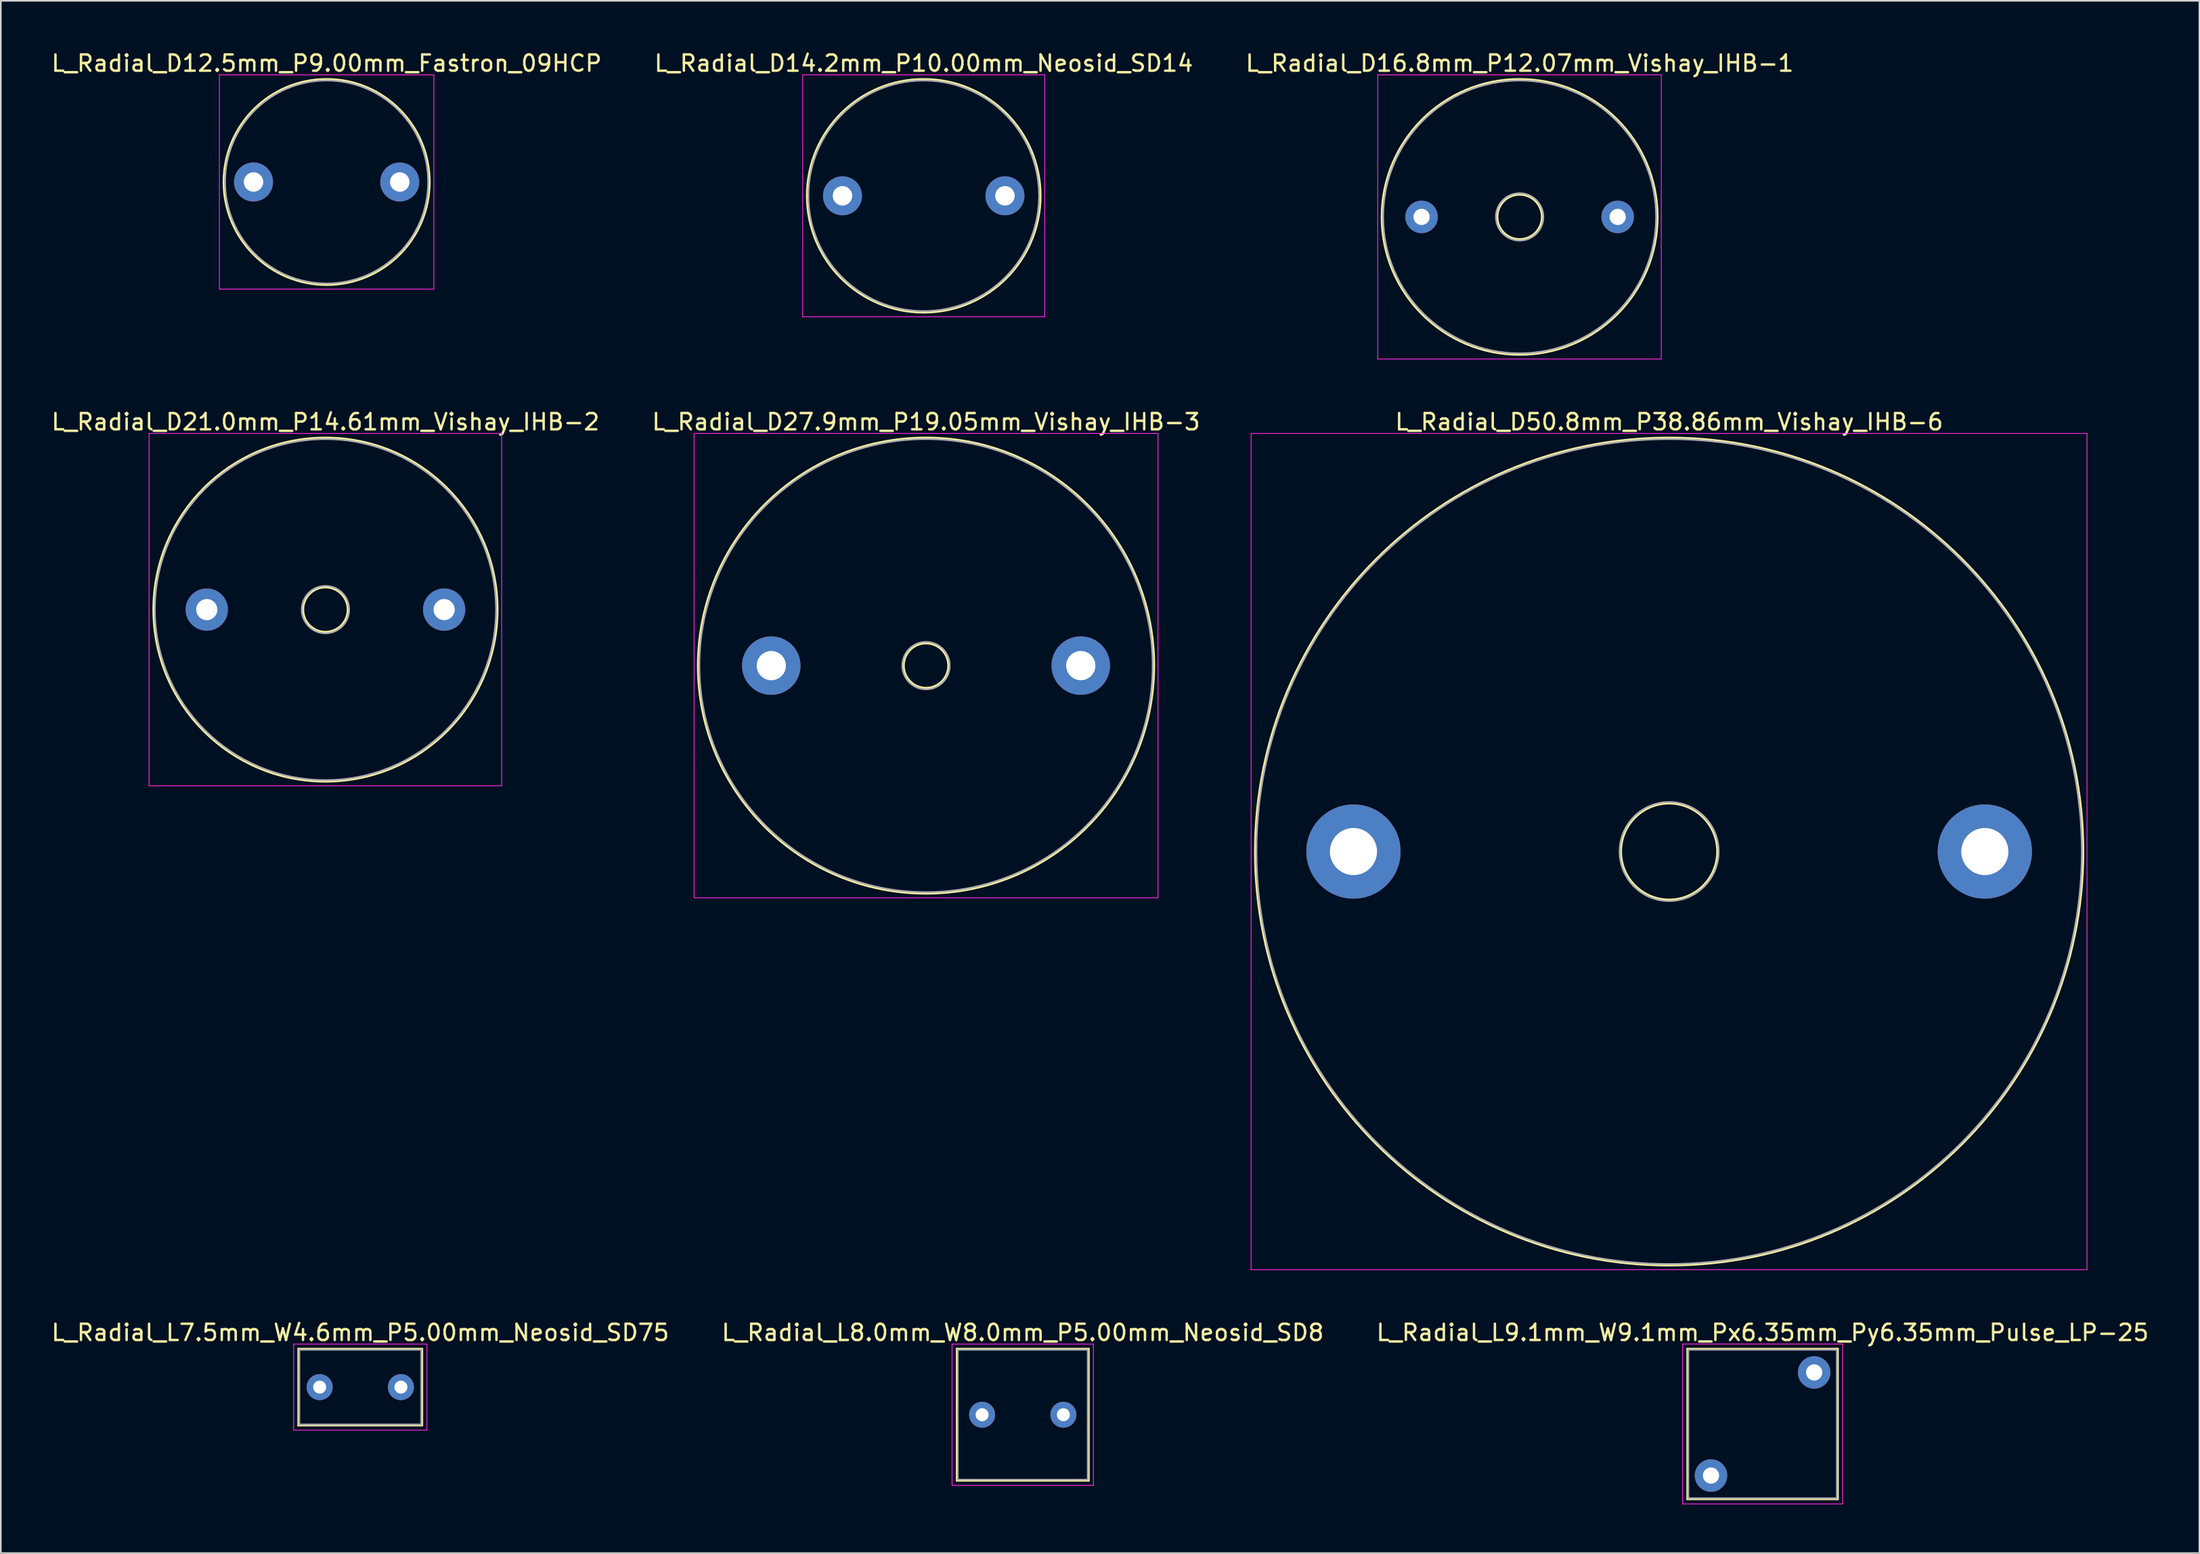
<source format=kicad_pcb>
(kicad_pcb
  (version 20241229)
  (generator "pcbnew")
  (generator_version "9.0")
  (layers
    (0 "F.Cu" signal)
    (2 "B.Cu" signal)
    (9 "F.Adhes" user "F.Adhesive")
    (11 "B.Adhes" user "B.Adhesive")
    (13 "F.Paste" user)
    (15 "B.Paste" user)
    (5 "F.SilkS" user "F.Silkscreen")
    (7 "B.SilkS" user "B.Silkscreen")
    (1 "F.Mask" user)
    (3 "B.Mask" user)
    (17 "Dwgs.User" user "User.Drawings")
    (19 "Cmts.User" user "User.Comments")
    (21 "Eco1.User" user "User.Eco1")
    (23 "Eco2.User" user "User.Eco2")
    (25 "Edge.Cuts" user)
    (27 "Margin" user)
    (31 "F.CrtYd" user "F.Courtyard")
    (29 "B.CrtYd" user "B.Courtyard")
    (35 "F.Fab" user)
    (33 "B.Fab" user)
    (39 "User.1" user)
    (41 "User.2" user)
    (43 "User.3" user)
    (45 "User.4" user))
  (footprint "L_Radial_D21.0mm_P14.61mm_Vishay_IHB-2"
    (layer "F.Cu")
    (at 9.677 34.492)
    (property "Reference" "L_Radial_D21.0mm_P14.61mm_Vishay_IHB-2" (at 7.305 -11.56 0) (layer "F.SilkS") (effects (font (size 1 1) (thickness 0.15))))
    (attr through_hole)
    (fp_circle (center 7.305 0) (end 8.675 0) (stroke (width 0.12) (type solid)) (fill no) (layer "F.SilkS"))
    (fp_circle (center 7.305 0) (end 17.895 0) (stroke (width 0.12) (type solid)) (fill no) (layer "F.SilkS"))
    (fp_line (start -3.55 -10.85) (end -3.55 10.85) (stroke (width 0.05) (type solid)) (layer "F.CrtYd"))
    (fp_line (start -3.55 10.85) (end 18.15 10.85) (stroke (width 0.05) (type solid)) (layer "F.CrtYd"))
    (fp_line (start 18.15 -10.85) (end -3.55 -10.85) (stroke (width 0.05) (type solid)) (layer "F.CrtYd"))
    (fp_line (start 18.15 10.85) (end 18.15 -10.85) (stroke (width 0.05) (type solid)) (layer "F.CrtYd"))
    (fp_circle (center 7.305 0) (end 8.765 0) (stroke (width 0.1) (type solid)) (fill no) (layer "F.Fab"))
    (fp_circle (center 7.305 0) (end 17.805 0) (stroke (width 0.1) (type solid)) (fill no) (layer "F.Fab"))
    (pad "1" thru_hole circle (at 0 0) (size 2.6 2.6) (drill 1.3) (layers "*.Cu" "*.Mask"))
    (pad "2" thru_hole circle (at 14.61 0) (size 2.6 2.6) (drill 1.3) (layers "*.Cu" "*.Mask")))
  (footprint "L_Radial_D50.8mm_P38.86mm_Vishay_IHB-6"
    (layer "F.Cu")
    (at 80.254 49.392)
    (property "Reference" "L_Radial_D50.8mm_P38.86mm_Vishay_IHB-6" (at 19.43 -26.46 0) (layer "F.SilkS") (effects (font (size 1 1) (thickness 0.15))))
    (attr through_hole)
    (fp_circle (center 19.43 0) (end 22.39 0) (stroke (width 0.12) (type solid)) (fill no) (layer "F.SilkS"))
    (fp_circle (center 19.43 0) (end 44.92 0) (stroke (width 0.12) (type solid)) (fill no) (layer "F.SilkS"))
    (fp_line (start -6.3 -25.75) (end -6.3 25.75) (stroke (width 0.05) (type solid)) (layer "F.CrtYd"))
    (fp_line (start -6.3 25.75) (end 45.15 25.75) (stroke (width 0.05) (type solid)) (layer "F.CrtYd"))
    (fp_line (start 45.15 -25.75) (end -6.3 -25.75) (stroke (width 0.05) (type solid)) (layer "F.CrtYd"))
    (fp_line (start 45.15 25.75) (end 45.15 -25.75) (stroke (width 0.05) (type solid)) (layer "F.CrtYd"))
    (fp_circle (center 19.43 0) (end 22.48 0) (stroke (width 0.1) (type solid)) (fill no) (layer "F.Fab"))
    (fp_circle (center 19.43 0) (end 44.83 0) (stroke (width 0.1) (type solid)) (fill no) (layer "F.Fab"))
    (pad "1" thru_hole circle (at 0 0) (size 5.8 5.8) (drill 2.9) (layers "*.Cu" "*.Mask"))
    (pad "2" thru_hole circle (at 38.86 0) (size 5.8 5.8) (drill 2.9) (layers "*.Cu" "*.Mask")))
  (footprint "L_Radial_D27.9mm_P19.05mm_Vishay_IHB-3"
    (layer "F.Cu")
    (at 44.421 37.941)
    (property "Reference" "L_Radial_D27.9mm_P19.05mm_Vishay_IHB-3" (at 9.525 -15.01 0) (layer "F.SilkS") (effects (font (size 1 1) (thickness 0.15))))
    (attr through_hole)
    (fp_circle (center 9.525 0) (end 10.895 0) (stroke (width 0.12) (type solid)) (fill no) (layer "F.SilkS"))
    (fp_circle (center 9.525 0) (end 23.565 0) (stroke (width 0.12) (type solid)) (fill no) (layer "F.SilkS"))
    (fp_line (start -4.75 -14.3) (end -4.75 14.3) (stroke (width 0.05) (type solid)) (layer "F.CrtYd"))
    (fp_line (start -4.75 14.3) (end 23.8 14.3) (stroke (width 0.05) (type solid)) (layer "F.CrtYd"))
    (fp_line (start 23.8 -14.3) (end -4.75 -14.3) (stroke (width 0.05) (type solid)) (layer "F.CrtYd"))
    (fp_line (start 23.8 14.3) (end 23.8 -14.3) (stroke (width 0.05) (type solid)) (layer "F.CrtYd"))
    (fp_circle (center 9.525 0) (end 10.985 0) (stroke (width 0.1) (type solid)) (fill no) (layer "F.Fab"))
    (fp_circle (center 9.525 0) (end 23.475 0) (stroke (width 0.1) (type solid)) (fill no) (layer "F.Fab"))
    (pad "1" thru_hole circle (at 0 0) (size 3.6 3.6) (drill 1.8) (layers "*.Cu" "*.Mask"))
    (pad "2" thru_hole circle (at 19.05 0) (size 3.6 3.6) (drill 1.8) (layers "*.Cu" "*.Mask")))
  (footprint "L_Radial_L8.0mm_W8.0mm_P5.00mm_Neosid_SD8"
    (layer "F.Cu")
    (at 57.399 84.075)
    (property "Reference" "L_Radial_L8.0mm_W8.0mm_P5.00mm_Neosid_SD8" (at 2.5 -5.06 0) (layer "F.SilkS") (effects (font (size 1 1) (thickness 0.15))))
    (attr through_hole)
    (fp_line (start -1.56 -4.06) (end -1.56 4.06) (stroke (width 0.12) (type solid)) (layer "F.SilkS"))
    (fp_line (start -1.56 -4.06) (end 6.56 -4.06) (stroke (width 0.12) (type solid)) (layer "F.SilkS"))
    (fp_line (start -1.56 4.06) (end 6.56 4.06) (stroke (width 0.12) (type solid)) (layer "F.SilkS"))
    (fp_line (start 6.56 -4.06) (end 6.56 4.06) (stroke (width 0.12) (type solid)) (layer "F.SilkS"))
    (fp_line (start -1.85 -4.35) (end -1.85 4.35) (stroke (width 0.05) (type solid)) (layer "F.CrtYd"))
    (fp_line (start -1.85 4.35) (end 6.85 4.35) (stroke (width 0.05) (type solid)) (layer "F.CrtYd"))
    (fp_line (start 6.85 -4.35) (end -1.85 -4.35) (stroke (width 0.05) (type solid)) (layer "F.CrtYd"))
    (fp_line (start 6.85 4.35) (end 6.85 -4.35) (stroke (width 0.05) (type solid)) (layer "F.CrtYd"))
    (fp_line (start -1.5 -4) (end -1.5 4) (stroke (width 0.1) (type solid)) (layer "F.Fab"))
    (fp_line (start -1.5 4) (end 6.5 4) (stroke (width 0.1) (type solid)) (layer "F.Fab"))
    (fp_line (start 6.5 -4) (end -1.5 -4) (stroke (width 0.1) (type solid)) (layer "F.Fab"))
    (fp_line (start 6.5 4) (end 6.5 -4) (stroke (width 0.1) (type solid)) (layer "F.Fab"))
    (pad "1" thru_hole circle (at 0 0) (size 1.6 1.6) (drill 0.8) (layers "*.Cu" "*.Mask"))
    (pad "2" thru_hole circle (at 5 0) (size 1.6 1.6) (drill 0.8) (layers "*.Cu" "*.Mask")))
  (footprint "L_Radial_L9.1mm_W9.1mm_Px6.35mm_Py6.35mm_Pulse_LP-25"
    (layer "F.Cu")
    (at 102.26 87.82)
    (property "Reference" "L_Radial_L9.1mm_W9.1mm_Px6.35mm_Py6.35mm_Pulse_LP-25" (at 3.175 -8.805 0) (layer "F.SilkS") (effects (font (size 1 1) (thickness 0.15))))
    (attr through_hole)
    (fp_line (start -1.455 -7.805) (end -1.455 1.455) (stroke (width 0.12) (type solid)) (layer "F.SilkS"))
    (fp_line (start -1.455 -7.805) (end 7.805 -7.805) (stroke (width 0.12) (type solid)) (layer "F.SilkS"))
    (fp_line (start -1.455 1.455) (end 7.805 1.455) (stroke (width 0.12) (type solid)) (layer "F.SilkS"))
    (fp_line (start 7.805 -7.805) (end 7.805 1.455) (stroke (width 0.12) (type solid)) (layer "F.SilkS"))
    (fp_line (start -1.75 -8.1) (end -1.75 1.75) (stroke (width 0.05) (type solid)) (layer "F.CrtYd"))
    (fp_line (start -1.75 1.75) (end 8.1 1.75) (stroke (width 0.05) (type solid)) (layer "F.CrtYd"))
    (fp_line (start 8.1 -8.1) (end -1.75 -8.1) (stroke (width 0.05) (type solid)) (layer "F.CrtYd"))
    (fp_line (start 8.1 1.75) (end 8.1 -8.1) (stroke (width 0.05) (type solid)) (layer "F.CrtYd"))
    (fp_line (start -1.395 -7.745) (end -1.395 1.395) (stroke (width 0.1) (type solid)) (layer "F.Fab"))
    (fp_line (start -1.395 1.395) (end 7.745 1.395) (stroke (width 0.1) (type solid)) (layer "F.Fab"))
    (fp_line (start 7.745 -7.745) (end -1.395 -7.745) (stroke (width 0.1) (type solid)) (layer "F.Fab"))
    (fp_line (start 7.745 1.395) (end 7.745 -7.745) (stroke (width 0.1) (type solid)) (layer "F.Fab"))
    (pad "1" thru_hole circle (at 0 0) (size 2 2) (drill 1) (layers "*.Cu" "*.Mask"))
    (pad "2" thru_hole circle (at 6.35 -6.35) (size 2 2) (drill 1) (layers "*.Cu" "*.Mask")))
  (footprint "L_Radial_L7.5mm_W4.6mm_P5.00mm_Neosid_SD75"
    (layer "F.Cu")
    (at 16.625 82.375)
    (property "Reference" "L_Radial_L7.5mm_W4.6mm_P5.00mm_Neosid_SD75" (at 2.5 -3.36 0) (layer "F.SilkS") (effects (font (size 1 1) (thickness 0.15))))
    (attr through_hole)
    (fp_line (start -1.31 -2.36) (end -1.31 2.36) (stroke (width 0.12) (type solid)) (layer "F.SilkS"))
    (fp_line (start -1.31 -2.36) (end 6.31 -2.36) (stroke (width 0.12) (type solid)) (layer "F.SilkS"))
    (fp_line (start -1.31 2.36) (end 6.31 2.36) (stroke (width 0.12) (type solid)) (layer "F.SilkS"))
    (fp_line (start 6.31 -2.36) (end 6.31 2.36) (stroke (width 0.12) (type solid)) (layer "F.SilkS"))
    (fp_line (start -1.6 -2.65) (end -1.6 2.65) (stroke (width 0.05) (type solid)) (layer "F.CrtYd"))
    (fp_line (start -1.6 2.65) (end 6.6 2.65) (stroke (width 0.05) (type solid)) (layer "F.CrtYd"))
    (fp_line (start 6.6 -2.65) (end -1.6 -2.65) (stroke (width 0.05) (type solid)) (layer "F.CrtYd"))
    (fp_line (start 6.6 2.65) (end 6.6 -2.65) (stroke (width 0.05) (type solid)) (layer "F.CrtYd"))
    (fp_line (start -1.25 -2.3) (end -1.25 2.3) (stroke (width 0.1) (type solid)) (layer "F.Fab"))
    (fp_line (start -1.25 2.3) (end 6.25 2.3) (stroke (width 0.1) (type solid)) (layer "F.Fab"))
    (fp_line (start 6.25 -2.3) (end -1.25 -2.3) (stroke (width 0.1) (type solid)) (layer "F.Fab"))
    (fp_line (start 6.25 2.3) (end 6.25 -2.3) (stroke (width 0.1) (type solid)) (layer "F.Fab"))
    (pad "1" thru_hole circle (at 0 0) (size 1.6 1.6) (drill 0.8) (layers "*.Cu" "*.Mask"))
    (pad "2" thru_hole circle (at 5 0) (size 1.6 1.6) (drill 0.8) (layers "*.Cu" "*.Mask")))
  (footprint "L_Radial_D14.2mm_P10.00mm_Neosid_SD14"
    (layer "F.Cu")
    (at 48.804 9.008)
    (property "Reference" "L_Radial_D14.2mm_P10.00mm_Neosid_SD14" (at 5 -8.16 0) (layer "F.SilkS") (effects (font (size 1 1) (thickness 0.15))))
    (attr through_hole)
    (fp_circle (center 5 0) (end 12.19 0) (stroke (width 0.12) (type solid)) (fill no) (layer "F.SilkS"))
    (fp_line (start -2.45 -7.45) (end -2.45 7.45) (stroke (width 0.05) (type solid)) (layer "F.CrtYd"))
    (fp_line (start -2.45 7.45) (end 12.45 7.45) (stroke (width 0.05) (type solid)) (layer "F.CrtYd"))
    (fp_line (start 12.45 -7.45) (end -2.45 -7.45) (stroke (width 0.05) (type solid)) (layer "F.CrtYd"))
    (fp_line (start 12.45 7.45) (end 12.45 -7.45) (stroke (width 0.05) (type solid)) (layer "F.CrtYd"))
    (fp_circle (center 5 0) (end 12.1 0) (stroke (width 0.1) (type solid)) (fill no) (layer "F.Fab"))
    (pad "1" thru_hole circle (at 0 0) (size 2.4 2.4) (drill 1.2) (layers "*.Cu" "*.Mask"))
    (pad "2" thru_hole circle (at 10 0) (size 2.4 2.4) (drill 1.2) (layers "*.Cu" "*.Mask")))
  (footprint "L_Radial_D16.8mm_P12.07mm_Vishay_IHB-1"
    (layer "F.Cu")
    (at 84.447 10.308)
    (property "Reference" "L_Radial_D16.8mm_P12.07mm_Vishay_IHB-1" (at 6.035 -9.46 0) (layer "F.SilkS") (effects (font (size 1 1) (thickness 0.15))))
    (attr through_hole)
    (fp_circle (center 6.035 0) (end 7.405 0) (stroke (width 0.12) (type solid)) (fill no) (layer "F.SilkS"))
    (fp_circle (center 6.035 0) (end 14.525 0) (stroke (width 0.12) (type solid)) (fill no) (layer "F.SilkS"))
    (fp_line (start -2.7 -8.75) (end -2.7 8.75) (stroke (width 0.05) (type solid)) (layer "F.CrtYd"))
    (fp_line (start -2.7 8.75) (end 14.75 8.75) (stroke (width 0.05) (type solid)) (layer "F.CrtYd"))
    (fp_line (start 14.75 -8.75) (end -2.7 -8.75) (stroke (width 0.05) (type solid)) (layer "F.CrtYd"))
    (fp_line (start 14.75 8.75) (end 14.75 -8.75) (stroke (width 0.05) (type solid)) (layer "F.CrtYd"))
    (fp_circle (center 6.035 0) (end 7.495 0) (stroke (width 0.1) (type solid)) (fill no) (layer "F.Fab"))
    (fp_circle (center 6.035 0) (end 14.435 0) (stroke (width 0.1) (type solid)) (fill no) (layer "F.Fab"))
    (pad "1" thru_hole circle (at 0 0) (size 2 2) (drill 1) (layers "*.Cu" "*.Mask"))
    (pad "2" thru_hole circle (at 12.07 0) (size 2 2) (drill 1) (layers "*.Cu" "*.Mask")))
  (footprint "L_Radial_D12.5mm_P9.00mm_Fastron_09HCP"
    (layer "F.Cu")
    (at 12.554 8.158)
    (property "Reference" "L_Radial_D12.5mm_P9.00mm_Fastron_09HCP" (at 4.5 -7.31 0) (layer "F.SilkS") (effects (font (size 1 1) (thickness 0.15))))
    (attr through_hole)
    (fp_circle (center 4.5 0) (end 10.84 0) (stroke (width 0.12) (type solid)) (fill no) (layer "F.SilkS"))
    (fp_line (start -2.1 -6.6) (end -2.1 6.6) (stroke (width 0.05) (type solid)) (layer "F.CrtYd"))
    (fp_line (start -2.1 6.6) (end 11.1 6.6) (stroke (width 0.05) (type solid)) (layer "F.CrtYd"))
    (fp_line (start 11.1 -6.6) (end -2.1 -6.6) (stroke (width 0.05) (type solid)) (layer "F.CrtYd"))
    (fp_line (start 11.1 6.6) (end 11.1 -6.6) (stroke (width 0.05) (type solid)) (layer "F.CrtYd"))
    (fp_circle (center 4.5 0) (end 10.75 0) (stroke (width 0.1) (type solid)) (fill no) (layer "F.Fab"))
    (pad "1" thru_hole circle (at 0 0) (size 2.4 2.4) (drill 1.2) (layers "*.Cu" "*.Mask"))
    (pad "2" thru_hole circle (at 9 0) (size 2.4 2.4) (drill 1.2) (layers "*.Cu" "*.Mask")))
  (gr_rect
    (start -3 -3)
    (end 132.321 92.595)
    (stroke (width 0.1) (type default))
    (fill no)
    (layer "Edge.Cuts")))
</source>
